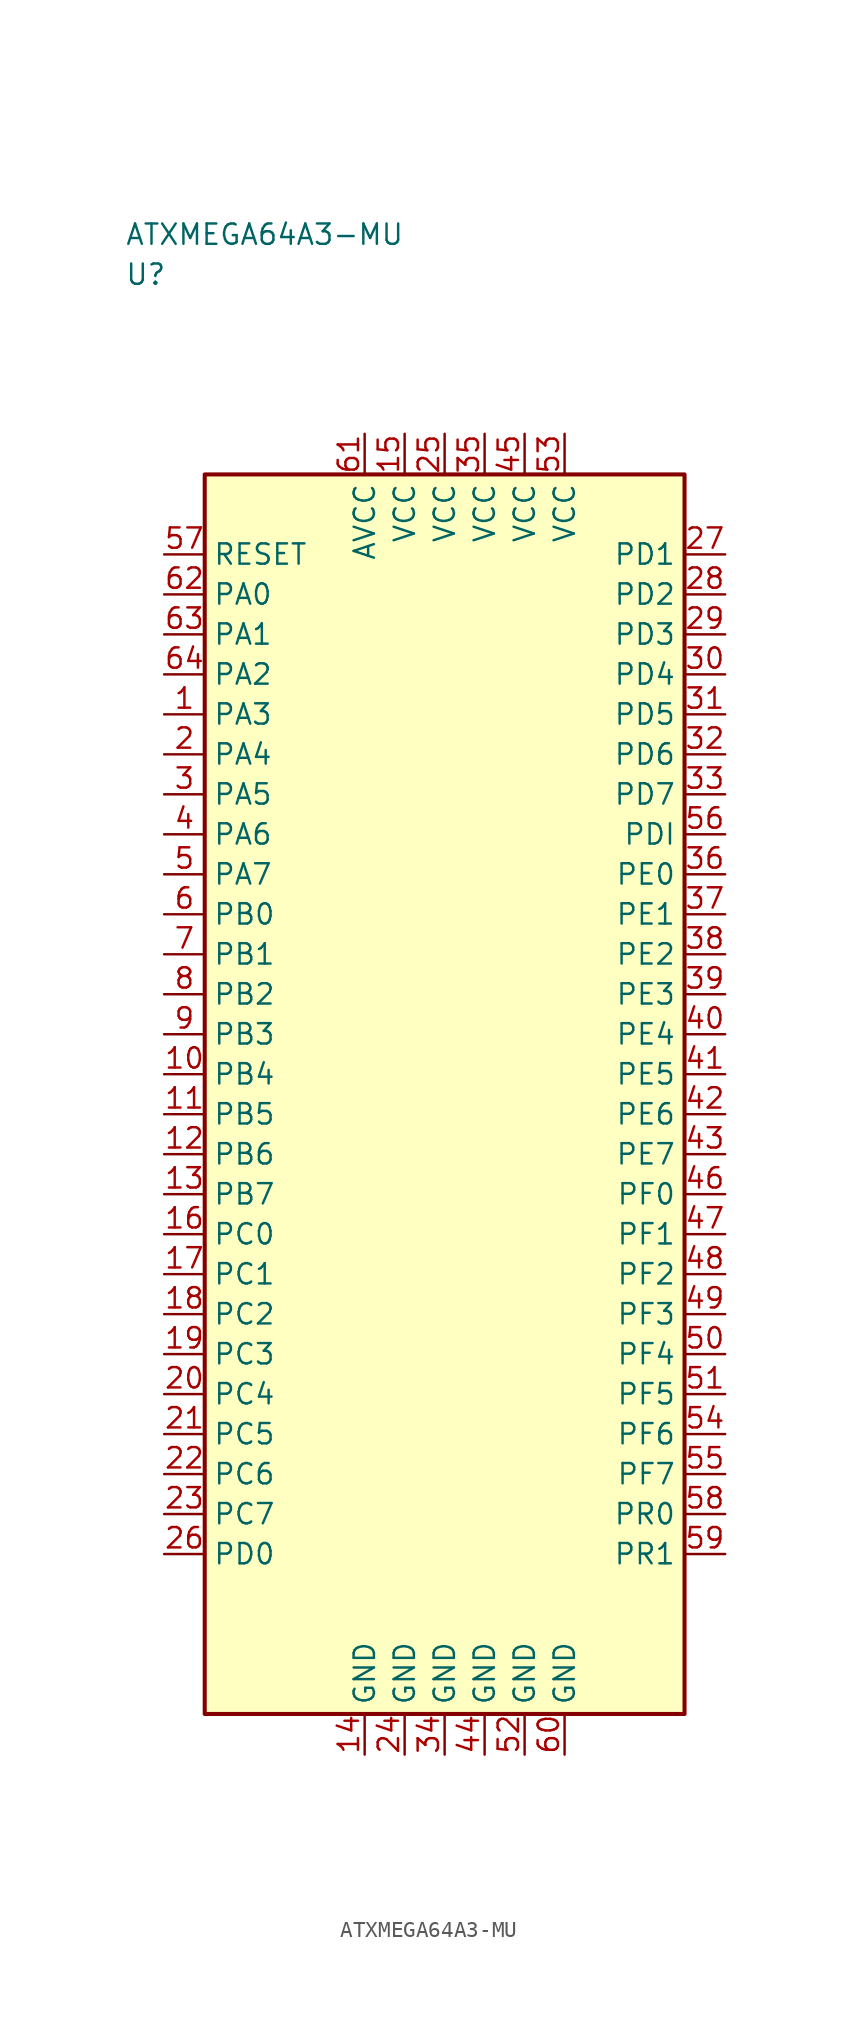
<source format=kicad_sym>
(kicad_symbol_lib
  (version 20241025)
  (generator "kicad_symbol_editor")
  (generator_version "8.0")
  (symbol "ATXMEGA64A3-MU"
    (property "Reference" "U"
      (at -20.0 51.25 0)
      (effects (font (size 1.27 1.27)) (justify left)))
    (property "Value" "ATXMEGA64A3-MU"
      (at -20.0 53.75 0)
      (effects (font (size 1.27 1.27)) (justify left)))
    (symbol "ATXMEGA64A3-MU_0_1"
      (rectangle (start -15.0 38.75) (end 15.0 -38.75) (stroke (width 0.254) (type default)) (fill (type background))))
    (symbol "ATXMEGA64A3-MU_1_1"
      (pin bidirectional line (at -17.54 23.75 0.0) (length 2.54) (name "PA3" (effects (font (size 1.27 1.27)))) (number "1" (effects (font (size 1.27 1.27)))))
      (pin bidirectional line (at -17.54 21.25 0.0) (length 2.54) (name "PA4" (effects (font (size 1.27 1.27)))) (number "2" (effects (font (size 1.27 1.27)))))
      (pin bidirectional line (at -17.54 18.75 0.0) (length 2.54) (name "PA5" (effects (font (size 1.27 1.27)))) (number "3" (effects (font (size 1.27 1.27)))))
      (pin bidirectional line (at -17.54 16.25 0.0) (length 2.54) (name "PA6" (effects (font (size 1.27 1.27)))) (number "4" (effects (font (size 1.27 1.27)))))
      (pin bidirectional line (at -17.54 13.75 0.0) (length 2.54) (name "PA7" (effects (font (size 1.27 1.27)))) (number "5" (effects (font (size 1.27 1.27)))))
      (pin bidirectional line (at -17.54 11.25 0.0) (length 2.54) (name "PB0" (effects (font (size 1.27 1.27)))) (number "6" (effects (font (size 1.27 1.27)))))
      (pin bidirectional line (at -17.54 8.75 0.0) (length 2.54) (name "PB1" (effects (font (size 1.27 1.27)))) (number "7" (effects (font (size 1.27 1.27)))))
      (pin bidirectional line (at -17.54 6.25 0.0) (length 2.54) (name "PB2" (effects (font (size 1.27 1.27)))) (number "8" (effects (font (size 1.27 1.27)))))
      (pin bidirectional line (at -17.54 3.75 0.0) (length 2.54) (name "PB3" (effects (font (size 1.27 1.27)))) (number "9" (effects (font (size 1.27 1.27)))))
      (pin bidirectional line (at -17.54 1.25 0.0) (length 2.54) (name "PB4" (effects (font (size 1.27 1.27)))) (number "10" (effects (font (size 1.27 1.27)))))
      (pin bidirectional line (at -17.54 -1.25 0.0) (length 2.54) (name "PB5" (effects (font (size 1.27 1.27)))) (number "11" (effects (font (size 1.27 1.27)))))
      (pin bidirectional line (at -17.54 -3.75 0.0) (length 2.54) (name "PB6" (effects (font (size 1.27 1.27)))) (number "12" (effects (font (size 1.27 1.27)))))
      (pin bidirectional line (at -17.54 -6.25 0.0) (length 2.54) (name "PB7" (effects (font (size 1.27 1.27)))) (number "13" (effects (font (size 1.27 1.27)))))
      (pin passive line (at -5.0 -41.29 90.0) (length 2.54) (name "GND" (effects (font (size 1.27 1.27)))) (number "14" (effects (font (size 1.27 1.27)))))
      (pin power_in line (at -2.5 41.29 270.0) (length 2.54) (name "VCC" (effects (font (size 1.27 1.27)))) (number "15" (effects (font (size 1.27 1.27)))))
      (pin bidirectional line (at -17.54 -8.75 0.0) (length 2.54) (name "PC0" (effects (font (size 1.27 1.27)))) (number "16" (effects (font (size 1.27 1.27)))))
      (pin bidirectional line (at -17.54 -11.25 0.0) (length 2.54) (name "PC1" (effects (font (size 1.27 1.27)))) (number "17" (effects (font (size 1.27 1.27)))))
      (pin bidirectional line (at -17.54 -13.75 0.0) (length 2.54) (name "PC2" (effects (font (size 1.27 1.27)))) (number "18" (effects (font (size 1.27 1.27)))))
      (pin bidirectional line (at -17.54 -16.25 0.0) (length 2.54) (name "PC3" (effects (font (size 1.27 1.27)))) (number "19" (effects (font (size 1.27 1.27)))))
      (pin bidirectional line (at -17.54 -18.75 0.0) (length 2.54) (name "PC4" (effects (font (size 1.27 1.27)))) (number "20" (effects (font (size 1.27 1.27)))))
      (pin bidirectional line (at -17.54 -21.25 0.0) (length 2.54) (name "PC5" (effects (font (size 1.27 1.27)))) (number "21" (effects (font (size 1.27 1.27)))))
      (pin bidirectional line (at -17.54 -23.75 0.0) (length 2.54) (name "PC6" (effects (font (size 1.27 1.27)))) (number "22" (effects (font (size 1.27 1.27)))))
      (pin bidirectional line (at -17.54 -26.25 0.0) (length 2.54) (name "PC7" (effects (font (size 1.27 1.27)))) (number "23" (effects (font (size 1.27 1.27)))))
      (pin passive line (at -2.5 -41.29 90.0) (length 2.54) (name "GND" (effects (font (size 1.27 1.27)))) (number "24" (effects (font (size 1.27 1.27)))))
      (pin power_in line (at 0.0 41.29 270.0) (length 2.54) (name "VCC" (effects (font (size 1.27 1.27)))) (number "25" (effects (font (size 1.27 1.27)))))
      (pin bidirectional line (at -17.54 -28.75 0.0) (length 2.54) (name "PD0" (effects (font (size 1.27 1.27)))) (number "26" (effects (font (size 1.27 1.27)))))
      (pin bidirectional line (at 17.54 33.75 180.0) (length 2.54) (name "PD1" (effects (font (size 1.27 1.27)))) (number "27" (effects (font (size 1.27 1.27)))))
      (pin bidirectional line (at 17.54 31.25 180.0) (length 2.54) (name "PD2" (effects (font (size 1.27 1.27)))) (number "28" (effects (font (size 1.27 1.27)))))
      (pin bidirectional line (at 17.54 28.75 180.0) (length 2.54) (name "PD3" (effects (font (size 1.27 1.27)))) (number "29" (effects (font (size 1.27 1.27)))))
      (pin bidirectional line (at 17.54 26.25 180.0) (length 2.54) (name "PD4" (effects (font (size 1.27 1.27)))) (number "30" (effects (font (size 1.27 1.27)))))
      (pin bidirectional line (at 17.54 23.75 180.0) (length 2.54) (name "PD5" (effects (font (size 1.27 1.27)))) (number "31" (effects (font (size 1.27 1.27)))))
      (pin bidirectional line (at 17.54 21.25 180.0) (length 2.54) (name "PD6" (effects (font (size 1.27 1.27)))) (number "32" (effects (font (size 1.27 1.27)))))
      (pin bidirectional line (at 17.54 18.75 180.0) (length 2.54) (name "PD7" (effects (font (size 1.27 1.27)))) (number "33" (effects (font (size 1.27 1.27)))))
      (pin passive line (at 0.0 -41.29 90.0) (length 2.54) (name "GND" (effects (font (size 1.27 1.27)))) (number "34" (effects (font (size 1.27 1.27)))))
      (pin power_in line (at 2.5 41.29 270.0) (length 2.54) (name "VCC" (effects (font (size 1.27 1.27)))) (number "35" (effects (font (size 1.27 1.27)))))
      (pin bidirectional line (at 17.54 13.75 180.0) (length 2.54) (name "PE0" (effects (font (size 1.27 1.27)))) (number "36" (effects (font (size 1.27 1.27)))))
      (pin bidirectional line (at 17.54 11.25 180.0) (length 2.54) (name "PE1" (effects (font (size 1.27 1.27)))) (number "37" (effects (font (size 1.27 1.27)))))
      (pin bidirectional line (at 17.54 8.75 180.0) (length 2.54) (name "PE2" (effects (font (size 1.27 1.27)))) (number "38" (effects (font (size 1.27 1.27)))))
      (pin bidirectional line (at 17.54 6.25 180.0) (length 2.54) (name "PE3" (effects (font (size 1.27 1.27)))) (number "39" (effects (font (size 1.27 1.27)))))
      (pin bidirectional line (at 17.54 3.75 180.0) (length 2.54) (name "PE4" (effects (font (size 1.27 1.27)))) (number "40" (effects (font (size 1.27 1.27)))))
      (pin bidirectional line (at 17.54 1.25 180.0) (length 2.54) (name "PE5" (effects (font (size 1.27 1.27)))) (number "41" (effects (font (size 1.27 1.27)))))
      (pin bidirectional line (at 17.54 -1.25 180.0) (length 2.54) (name "PE6" (effects (font (size 1.27 1.27)))) (number "42" (effects (font (size 1.27 1.27)))))
      (pin bidirectional line (at 17.54 -3.75 180.0) (length 2.54) (name "PE7" (effects (font (size 1.27 1.27)))) (number "43" (effects (font (size 1.27 1.27)))))
      (pin passive line (at 2.5 -41.29 90.0) (length 2.54) (name "GND" (effects (font (size 1.27 1.27)))) (number "44" (effects (font (size 1.27 1.27)))))
      (pin power_in line (at 5.0 41.29 270.0) (length 2.54) (name "VCC" (effects (font (size 1.27 1.27)))) (number "45" (effects (font (size 1.27 1.27)))))
      (pin bidirectional line (at 17.54 -6.25 180.0) (length 2.54) (name "PF0" (effects (font (size 1.27 1.27)))) (number "46" (effects (font (size 1.27 1.27)))))
      (pin bidirectional line (at 17.54 -8.75 180.0) (length 2.54) (name "PF1" (effects (font (size 1.27 1.27)))) (number "47" (effects (font (size 1.27 1.27)))))
      (pin bidirectional line (at 17.54 -11.25 180.0) (length 2.54) (name "PF2" (effects (font (size 1.27 1.27)))) (number "48" (effects (font (size 1.27 1.27)))))
      (pin bidirectional line (at 17.54 -13.75 180.0) (length 2.54) (name "PF3" (effects (font (size 1.27 1.27)))) (number "49" (effects (font (size 1.27 1.27)))))
      (pin bidirectional line (at 17.54 -16.25 180.0) (length 2.54) (name "PF4" (effects (font (size 1.27 1.27)))) (number "50" (effects (font (size 1.27 1.27)))))
      (pin bidirectional line (at 17.54 -18.75 180.0) (length 2.54) (name "PF5" (effects (font (size 1.27 1.27)))) (number "51" (effects (font (size 1.27 1.27)))))
      (pin passive line (at 5.0 -41.29 90.0) (length 2.54) (name "GND" (effects (font (size 1.27 1.27)))) (number "52" (effects (font (size 1.27 1.27)))))
      (pin power_in line (at 7.5 41.29 270.0) (length 2.54) (name "VCC" (effects (font (size 1.27 1.27)))) (number "53" (effects (font (size 1.27 1.27)))))
      (pin bidirectional line (at 17.54 -21.25 180.0) (length 2.54) (name "PF6" (effects (font (size 1.27 1.27)))) (number "54" (effects (font (size 1.27 1.27)))))
      (pin bidirectional line (at 17.54 -23.75 180.0) (length 2.54) (name "PF7" (effects (font (size 1.27 1.27)))) (number "55" (effects (font (size 1.27 1.27)))))
      (pin bidirectional line (at 17.54 16.25 180.0) (length 2.54) (name "PDI" (effects (font (size 1.27 1.27)))) (number "56" (effects (font (size 1.27 1.27)))))
      (pin input line (at -17.54 33.75 0.0) (length 2.54) (name "RESET" (effects (font (size 1.27 1.27)))) (number "57" (effects (font (size 1.27 1.27)))))
      (pin bidirectional line (at 17.54 -26.25 180.0) (length 2.54) (name "PR0" (effects (font (size 1.27 1.27)))) (number "58" (effects (font (size 1.27 1.27)))))
      (pin bidirectional line (at 17.54 -28.75 180.0) (length 2.54) (name "PR1" (effects (font (size 1.27 1.27)))) (number "59" (effects (font (size 1.27 1.27)))))
      (pin passive line (at 7.5 -41.29 90.0) (length 2.54) (name "GND" (effects (font (size 1.27 1.27)))) (number "60" (effects (font (size 1.27 1.27)))))
      (pin power_in line (at -5.0 41.29 270.0) (length 2.54) (name "AVCC" (effects (font (size 1.27 1.27)))) (number "61" (effects (font (size 1.27 1.27)))))
      (pin bidirectional line (at -17.54 31.25 0.0) (length 2.54) (name "PA0" (effects (font (size 1.27 1.27)))) (number "62" (effects (font (size 1.27 1.27)))))
      (pin bidirectional line (at -17.54 28.75 0.0) (length 2.54) (name "PA1" (effects (font (size 1.27 1.27)))) (number "63" (effects (font (size 1.27 1.27)))))
      (pin bidirectional line (at -17.54 26.25 0.0) (length 2.54) (name "PA2" (effects (font (size 1.27 1.27)))) (number "64" (effects (font (size 1.27 1.27))))))))
</source>
